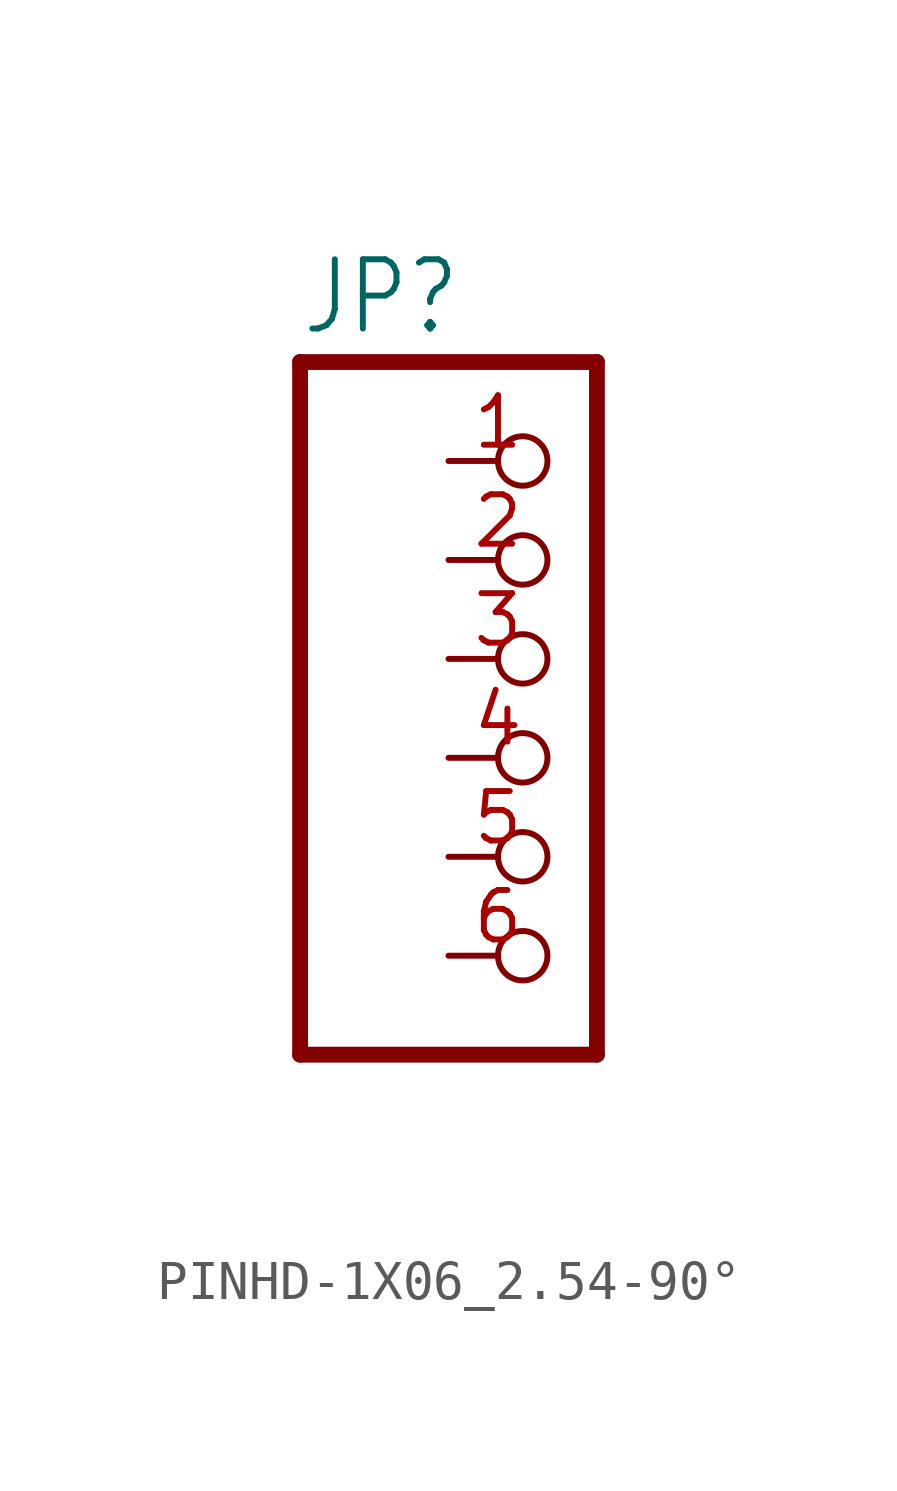
<source format=kicad_sym>
(kicad_symbol_lib
  (version 20231120)
  (generator "kicad_symbol_editor")
  (generator_version "8.0")
  (symbol "PINHD-1X06_2.54-90°"
    (property "Reference" "JP"
      (at -6.35 10.795 0)
      (effects (font (size 1.778 1.511)) (justify left bottom)))
    (property "Value" ""
      (at -6.35 -10.16 0)
      (effects (font (size 1.778 1.511)) (justify left bottom)))
    (property "ki_locked" ""
      (at 0 0 0)
      (effects (font (size 1.27 1.27))))
    (symbol "PINHD-1X06_2.54-90°_1_0"
      (polyline (pts (xy -6.35 -7.62) (xy 1.27 -7.62)) (stroke (width 0.406) (type solid)) (fill (type none)))
      (polyline (pts (xy -6.35 10.16) (xy -6.35 -7.62)) (stroke (width 0.406) (type solid)) (fill (type none)))
      (polyline (pts (xy 1.27 -7.62) (xy 1.27 10.16)) (stroke (width 0.406) (type solid)) (fill (type none)))
      (polyline (pts (xy 1.27 10.16) (xy -6.35 10.16)) (stroke (width 0.406) (type solid)) (fill (type none)))
      (pin passive inverted (at -2.54 7.62 0) (length 2.54) (name "1" (effects (font (size 0 0)))) (number "1" (effects (font (size 1.27 1.27)))))
      (pin passive inverted (at -2.54 5.08 0) (length 2.54) (name "2" (effects (font (size 0 0)))) (number "2" (effects (font (size 1.27 1.27)))))
      (pin passive inverted (at -2.54 2.54 0) (length 2.54) (name "3" (effects (font (size 0 0)))) (number "3" (effects (font (size 1.27 1.27)))))
      (pin passive inverted (at -2.54 0 0) (length 2.54) (name "4" (effects (font (size 0 0)))) (number "4" (effects (font (size 1.27 1.27)))))
      (pin passive inverted (at -2.54 -2.54 0) (length 2.54) (name "5" (effects (font (size 0 0)))) (number "5" (effects (font (size 1.27 1.27)))))
      (pin passive inverted (at -2.54 -5.08 0) (length 2.54) (name "6" (effects (font (size 0 0)))) (number "6" (effects (font (size 1.27 1.27))))))))
</source>
